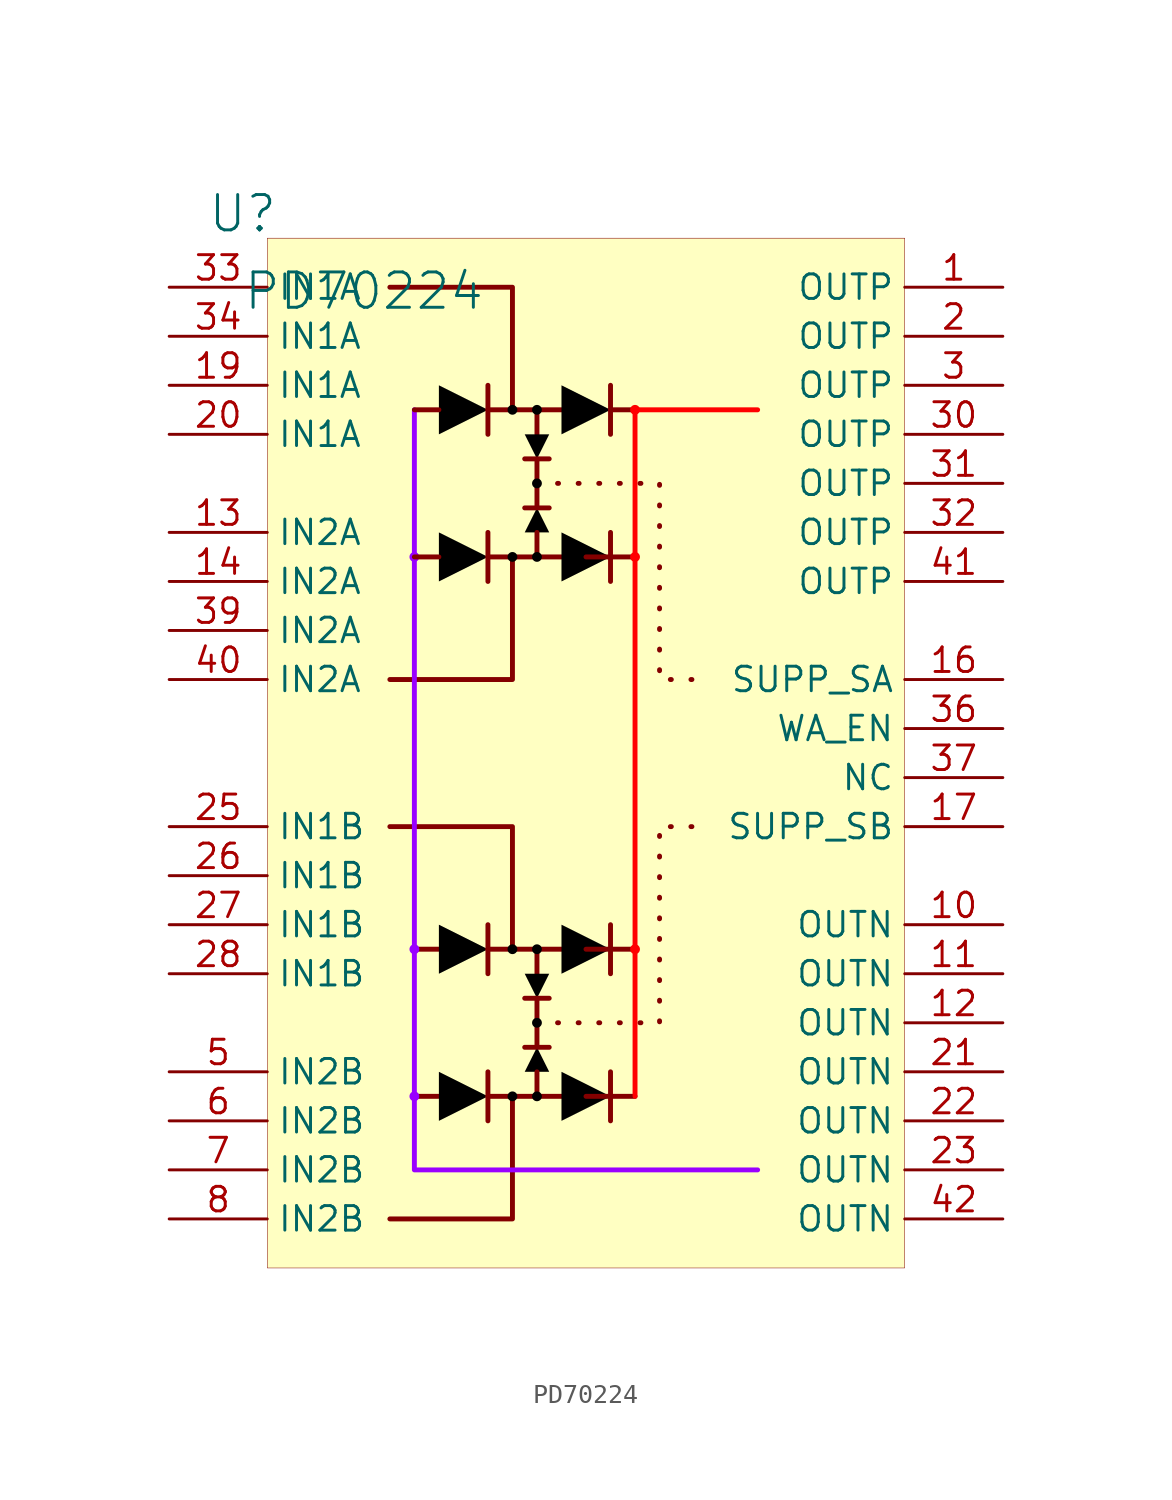
<source format=kicad_sym>
(kicad_symbol_lib
  (version 20231120)
  (generator "kicad_symbol_editor")
  (generator_version "8.0")
  (symbol "PD70224"
    (property "Reference" "U"
      (at -1.27 1.27 0)
      (effects (font (size 1.829 1.829))))
    (property "Value" "PD70224"
      (at -1.27 -3.81 0)
      (effects (font (size 1.829 1.829)) (justify left bottom)))
    (symbol "PD70224_1_0"
      (polyline (pts (xy 7.62 -44.45) (xy 8.89 -44.45)) (stroke (width 0.254) (type solid)) (fill (type none)))
      (polyline (pts (xy 7.62 -36.83) (xy 8.89 -36.83)) (stroke (width 0.254) (type solid)) (fill (type none)))
      (polyline (pts (xy 8.89 -16.51) (xy 7.62 -16.51)) (stroke (width 0.254) (type solid)) (fill (type none)))
      (polyline (pts (xy 8.89 -8.89) (xy 7.62 -8.89)) (stroke (width 0.254) (type solid)) (fill (type none)))
      (polyline (pts (xy 11.43 -44.45) (xy 16.51 -44.45)) (stroke (width 0.254) (type solid)) (fill (type none)))
      (polyline (pts (xy 11.43 -43.18) (xy 11.43 -45.72)) (stroke (width 0.254) (type solid)) (fill (type none)))
      (polyline (pts (xy 11.43 -36.83) (xy 16.51 -36.83)) (stroke (width 0.254) (type solid)) (fill (type none)))
      (polyline (pts (xy 11.43 -35.56) (xy 11.43 -38.1)) (stroke (width 0.254) (type solid)) (fill (type none)))
      (polyline (pts (xy 11.43 -16.51) (xy 16.51 -16.51)) (stroke (width 0.254) (type solid)) (fill (type none)))
      (polyline (pts (xy 11.43 -15.24) (xy 11.43 -17.78)) (stroke (width 0.254) (type solid)) (fill (type none)))
      (polyline (pts (xy 11.43 -8.89) (xy 16.51 -8.89)) (stroke (width 0.254) (type solid)) (fill (type none)))
      (polyline (pts (xy 11.43 -7.62) (xy 11.43 -10.16)) (stroke (width 0.254) (type solid)) (fill (type none)))
      (polyline (pts (xy 13.335 -41.91) (xy 14.605 -41.91)) (stroke (width 0.254) (type solid)) (fill (type none)))
      (polyline (pts (xy 13.335 -13.97) (xy 14.605 -13.97)) (stroke (width 0.254) (type solid)) (fill (type none)))
      (polyline (pts (xy 13.97 -44.45) (xy 13.97 -43.18)) (stroke (width 0.254) (type solid)) (fill (type none)))
      (polyline (pts (xy 13.97 -39.37) (xy 13.97 -41.91)) (stroke (width 0.254) (type solid)) (fill (type none)))
      (polyline (pts (xy 13.97 -36.83) (xy 13.97 -38.1)) (stroke (width 0.254) (type solid)) (fill (type none)))
      (polyline (pts (xy 13.97 -16.51) (xy 13.97 -15.24)) (stroke (width 0.254) (type solid)) (fill (type none)))
      (polyline (pts (xy 13.97 -11.43) (xy 13.97 -13.97)) (stroke (width 0.254) (type solid)) (fill (type none)))
      (polyline (pts (xy 13.97 -8.89) (xy 13.97 -10.16)) (stroke (width 0.254) (type solid)) (fill (type none)))
      (polyline (pts (xy 14.605 -39.37) (xy 13.335 -39.37)) (stroke (width 0.254) (type solid)) (fill (type none)))
      (polyline (pts (xy 14.605 -11.43) (xy 13.335 -11.43)) (stroke (width 0.254) (type solid)) (fill (type none)))
      (polyline (pts (xy 16.51 -44.45) (xy 19.05 -44.45)) (stroke (width 0.254) (type solid)) (fill (type none)))
      (polyline (pts (xy 16.51 -36.83) (xy 19.05 -36.83)) (stroke (width 0.254) (type solid)) (fill (type none)))
      (polyline (pts (xy 16.51 -16.51) (xy 19.05 -16.51)) (stroke (width 0.254) (type solid)) (fill (type none)))
      (polyline (pts (xy 17.78 -43.18) (xy 17.78 -45.72)) (stroke (width 0.254) (type solid)) (fill (type none)))
      (polyline (pts (xy 17.78 -35.56) (xy 17.78 -38.1)) (stroke (width 0.254) (type solid)) (fill (type none)))
      (polyline (pts (xy 17.78 -15.24) (xy 17.78 -17.78)) (stroke (width 0.254) (type solid)) (fill (type none)))
      (polyline (pts (xy 17.78 -8.89) (xy 19.05 -8.89)) (stroke (width 0.254) (type solid)) (fill (type none)))
      (polyline (pts (xy 17.78 -7.62) (xy 17.78 -10.16)) (stroke (width 0.254) (type solid)) (fill (type none)))
      (polyline (pts (xy 6.35 -50.8) (xy 12.7 -50.8) (xy 12.7 -44.45)) (stroke (width 0.254) (type solid)) (fill (type none)))
      (polyline (pts (xy 6.35 -30.48) (xy 12.7 -30.48) (xy 12.7 -36.83)) (stroke (width 0.254) (type solid)) (fill (type none)))
      (polyline (pts (xy 6.35 -22.86) (xy 12.7 -22.86) (xy 12.7 -16.51)) (stroke (width 0.254) (type solid)) (fill (type none)))
      (polyline (pts (xy 6.35 -2.54) (xy 12.7 -2.54) (xy 12.7 -8.89)) (stroke (width 0.254) (type solid)) (fill (type none)))
      (polyline (pts (xy 7.62 -8.89) (xy 7.62 -48.26) (xy 25.4 -48.26)) (stroke (width 0.254) (type solid) (color 153 0 255 1)) (fill (type none)))
      (polyline (pts (xy 19.05 -44.45) (xy 19.05 -8.89) (xy 25.4 -8.89)) (stroke (width 0.254) (type solid) (color 255 0 0 1)) (fill (type none)))
      (polyline (pts (xy 8.89 -43.18) (xy 11.43 -44.45) (xy 8.89 -45.72) (xy 8.89 -43.18)) (stroke (width -0.0001) (type solid) (color 0 0 0 1)) (fill (type outline)))
      (polyline (pts (xy 8.89 -35.56) (xy 11.43 -36.83) (xy 8.89 -38.1) (xy 8.89 -35.56)) (stroke (width -0.0001) (type solid) (color 0 0 0 1)) (fill (type outline)))
      (polyline (pts (xy 8.89 -15.24) (xy 11.43 -16.51) (xy 8.89 -17.78) (xy 8.89 -15.24)) (stroke (width -0.0001) (type solid) (color 0 0 0 1)) (fill (type outline)))
      (polyline (pts (xy 8.89 -7.62) (xy 11.43 -8.89) (xy 8.89 -10.16) (xy 8.89 -7.62)) (stroke (width -0.0001) (type solid) (color 0 0 0 1)) (fill (type outline)))
      (polyline (pts (xy 13.335 -43.18) (xy 13.97 -41.91) (xy 14.605 -43.18) (xy 13.335 -43.18)) (stroke (width -0.0001) (type solid) (color 0 0 0 1)) (fill (type outline)))
      (polyline (pts (xy 13.335 -15.24) (xy 13.97 -13.97) (xy 14.605 -15.24) (xy 13.335 -15.24)) (stroke (width -0.0001) (type solid) (color 0 0 0 1)) (fill (type outline)))
      (polyline (pts (xy 13.97 -40.64) (xy 20.32 -40.64) (xy 20.32 -30.48) (xy 22.86 -30.48)) (stroke (width 0.254) (type dot)) (fill (type none)))
      (polyline (pts (xy 13.97 -12.7) (xy 20.32 -12.7) (xy 20.32 -22.86) (xy 22.86 -22.86)) (stroke (width 0.254) (type dot)) (fill (type none)))
      (polyline (pts (xy 14.605 -38.1) (xy 13.97 -39.37) (xy 13.335 -38.1) (xy 14.605 -38.1)) (stroke (width -0.0001) (type solid) (color 0 0 0 1)) (fill (type outline)))
      (polyline (pts (xy 14.605 -10.16) (xy 13.97 -11.43) (xy 13.335 -10.16) (xy 14.605 -10.16)) (stroke (width -0.0001) (type solid) (color 0 0 0 1)) (fill (type outline)))
      (polyline (pts (xy 15.24 -43.18) (xy 17.78 -44.45) (xy 15.24 -45.72) (xy 15.24 -43.18)) (stroke (width -0.0001) (type solid) (color 0 0 0 1)) (fill (type outline)))
      (polyline (pts (xy 15.24 -35.56) (xy 17.78 -36.83) (xy 15.24 -38.1) (xy 15.24 -35.56)) (stroke (width -0.0001) (type solid) (color 0 0 0 1)) (fill (type outline)))
      (polyline (pts (xy 15.24 -15.24) (xy 17.78 -16.51) (xy 15.24 -17.78) (xy 15.24 -15.24)) (stroke (width -0.0001) (type solid) (color 0 0 0 1)) (fill (type outline)))
      (polyline (pts (xy 15.24 -7.62) (xy 17.78 -8.89) (xy 15.24 -10.16) (xy 15.24 -7.62)) (stroke (width -0.0001) (type solid) (color 0 0 0 1)) (fill (type outline)))
      (circle (center 7.62 -44.45) (radius 0.254) (stroke (width -0.0001) (type solid) (color 153 0 255 1)) (fill (type outline)))
      (circle (center 7.62 -36.83) (radius 0.254) (stroke (width -0.0001) (type solid) (color 153 0 255 1)) (fill (type outline)))
      (circle (center 7.62 -16.51) (radius 0.254) (stroke (width -0.0001) (type solid) (color 153 0 255 1)) (fill (type outline)))
      (circle (center 12.7 -44.45) (radius 0.254) (stroke (width -0.0001) (type solid) (color 0 0 0 1)) (fill (type outline)))
      (circle (center 12.7 -36.83) (radius 0.254) (stroke (width -0.0001) (type solid) (color 0 0 0 1)) (fill (type outline)))
      (circle (center 12.7 -16.51) (radius 0.254) (stroke (width -0.0001) (type solid) (color 0 0 0 1)) (fill (type outline)))
      (circle (center 12.7 -8.89) (radius 0.254) (stroke (width -0.0001) (type solid) (color 0 0 0 1)) (fill (type outline)))
      (circle (center 13.97 -44.45) (radius 0.254) (stroke (width -0.0001) (type solid) (color 0 0 0 1)) (fill (type outline)))
      (circle (center 13.97 -40.64) (radius 0.254) (stroke (width -0.0001) (type solid) (color 0 0 0 1)) (fill (type outline)))
      (circle (center 13.97 -36.83) (radius 0.254) (stroke (width -0.0001) (type solid) (color 0 0 0 1)) (fill (type outline)))
      (circle (center 13.97 -16.51) (radius 0.254) (stroke (width -0.0001) (type solid) (color 0 0 0 1)) (fill (type outline)))
      (circle (center 13.97 -12.7) (radius 0.254) (stroke (width -0.0001) (type solid) (color 0 0 0 1)) (fill (type outline)))
      (circle (center 13.97 -8.89) (radius 0.254) (stroke (width -0.0001) (type solid) (color 0 0 0 1)) (fill (type outline)))
      (circle (center 19.05 -36.83) (radius 0.254) (stroke (width -0.0001) (type solid) (color 255 0 0 1)) (fill (type outline)))
      (circle (center 19.05 -16.51) (radius 0.254) (stroke (width -0.0001) (type solid) (color 255 0 0 1)) (fill (type outline)))
      (circle (center 19.05 -8.89) (radius 0.254) (stroke (width -0.0001) (type solid) (color 255 0 0 1)) (fill (type outline)))
      (rectangle (start 33.02 0) (end 0 -53.34) (stroke (width 0.025) (type solid) (color 128 0 0 1)) (fill (type background)))
      (pin passive line (at 38.1 -2.54 180) (length 5.08) (name "OUTP" (effects (font (size 1.27 1.27)))) (number "1" (effects (font (size 1.27 1.27)))))
      (pin passive line (at 38.1 -35.56 180) (length 5.08) (name "OUTN" (effects (font (size 1.27 1.27)))) (number "10" (effects (font (size 1.27 1.27)))))
      (pin passive line (at 38.1 -38.1 180) (length 5.08) (name "OUTN" (effects (font (size 1.27 1.27)))) (number "11" (effects (font (size 1.27 1.27)))))
      (pin passive line (at 38.1 -40.64 180) (length 5.08) (name "OUTN" (effects (font (size 1.27 1.27)))) (number "12" (effects (font (size 1.27 1.27)))))
      (pin passive line (at -5.08 -15.24 0) (length 5.08) (name "IN2A" (effects (font (size 1.27 1.27)))) (number "13" (effects (font (size 1.27 1.27)))))
      (pin passive line (at -5.08 -17.78 0) (length 5.08) (name "IN2A" (effects (font (size 1.27 1.27)))) (number "14" (effects (font (size 1.27 1.27)))))
      (pin passive line (at 38.1 -22.86 180) (length 5.08) (name "SUPP_SA" (effects (font (size 1.27 1.27)))) (number "16" (effects (font (size 1.27 1.27)))))
      (pin passive line (at 38.1 -30.48 180) (length 5.08) (name "SUPP_SB" (effects (font (size 1.27 1.27)))) (number "17" (effects (font (size 1.27 1.27)))))
      (pin passive line (at -5.08 -7.62 0) (length 5.08) (name "IN1A" (effects (font (size 1.27 1.27)))) (number "19" (effects (font (size 1.27 1.27)))))
      (pin passive line (at 38.1 -5.08 180) (length 5.08) (name "OUTP" (effects (font (size 1.27 1.27)))) (number "2" (effects (font (size 1.27 1.27)))))
      (pin passive line (at -5.08 -10.16 0) (length 5.08) (name "IN1A" (effects (font (size 1.27 1.27)))) (number "20" (effects (font (size 1.27 1.27)))))
      (pin passive line (at 38.1 -43.18 180) (length 5.08) (name "OUTN" (effects (font (size 1.27 1.27)))) (number "21" (effects (font (size 1.27 1.27)))))
      (pin passive line (at 38.1 -45.72 180) (length 5.08) (name "OUTN" (effects (font (size 1.27 1.27)))) (number "22" (effects (font (size 1.27 1.27)))))
      (pin passive line (at 38.1 -48.26 180) (length 5.08) (name "OUTN" (effects (font (size 1.27 1.27)))) (number "23" (effects (font (size 1.27 1.27)))))
      (pin passive line (at -5.08 -30.48 0) (length 5.08) (name "IN1B" (effects (font (size 1.27 1.27)))) (number "25" (effects (font (size 1.27 1.27)))))
      (pin passive line (at -5.08 -33.02 0) (length 5.08) (name "IN1B" (effects (font (size 1.27 1.27)))) (number "26" (effects (font (size 1.27 1.27)))))
      (pin passive line (at -5.08 -35.56 0) (length 5.08) (name "IN1B" (effects (font (size 1.27 1.27)))) (number "27" (effects (font (size 1.27 1.27)))))
      (pin passive line (at -5.08 -38.1 0) (length 5.08) (name "IN1B" (effects (font (size 1.27 1.27)))) (number "28" (effects (font (size 1.27 1.27)))))
      (pin passive line (at 38.1 -7.62 180) (length 5.08) (name "OUTP" (effects (font (size 1.27 1.27)))) (number "3" (effects (font (size 1.27 1.27)))))
      (pin passive line (at 38.1 -10.16 180) (length 5.08) (name "OUTP" (effects (font (size 1.27 1.27)))) (number "30" (effects (font (size 1.27 1.27)))))
      (pin passive line (at 38.1 -12.7 180) (length 5.08) (name "OUTP" (effects (font (size 1.27 1.27)))) (number "31" (effects (font (size 1.27 1.27)))))
      (pin passive line (at 38.1 -15.24 180) (length 5.08) (name "OUTP" (effects (font (size 1.27 1.27)))) (number "32" (effects (font (size 1.27 1.27)))))
      (pin passive line (at -5.08 -2.54 0) (length 5.08) (name "IN1A" (effects (font (size 1.27 1.27)))) (number "33" (effects (font (size 1.27 1.27)))))
      (pin passive line (at -5.08 -5.08 0) (length 5.08) (name "IN1A" (effects (font (size 1.27 1.27)))) (number "34" (effects (font (size 1.27 1.27)))))
      (pin passive line (at 38.1 -25.4 180) (length 5.08) (name "WA_EN" (effects (font (size 1.27 1.27)))) (number "36" (effects (font (size 1.27 1.27)))))
      (pin passive line (at 38.1 -27.94 180) (length 5.08) (name "NC" (effects (font (size 1.27 1.27)))) (number "37" (effects (font (size 1.27 1.27)))))
      (pin passive line (at -5.08 -20.32 0) (length 5.08) (name "IN2A" (effects (font (size 1.27 1.27)))) (number "39" (effects (font (size 1.27 1.27)))))
      (pin passive line (at -5.08 -22.86 0) (length 5.08) (name "IN2A" (effects (font (size 1.27 1.27)))) (number "40" (effects (font (size 1.27 1.27)))))
      (pin passive line (at 38.1 -17.78 180) (length 5.08) (name "OUTP" (effects (font (size 1.27 1.27)))) (number "41" (effects (font (size 1.27 1.27)))))
      (pin passive line (at 38.1 -50.8 180) (length 5.08) (name "OUTN" (effects (font (size 1.27 1.27)))) (number "42" (effects (font (size 1.27 1.27)))))
      (pin passive line (at -5.08 -43.18 0) (length 5.08) (name "IN2B" (effects (font (size 1.27 1.27)))) (number "5" (effects (font (size 1.27 1.27)))))
      (pin passive line (at -5.08 -45.72 0) (length 5.08) (name "IN2B" (effects (font (size 1.27 1.27)))) (number "6" (effects (font (size 1.27 1.27)))))
      (pin passive line (at -5.08 -48.26 0) (length 5.08) (name "IN2B" (effects (font (size 1.27 1.27)))) (number "7" (effects (font (size 1.27 1.27)))))
      (pin passive line (at -5.08 -50.8 0) (length 5.08) (name "IN2B" (effects (font (size 1.27 1.27)))) (number "8" (effects (font (size 1.27 1.27))))))))
</source>
